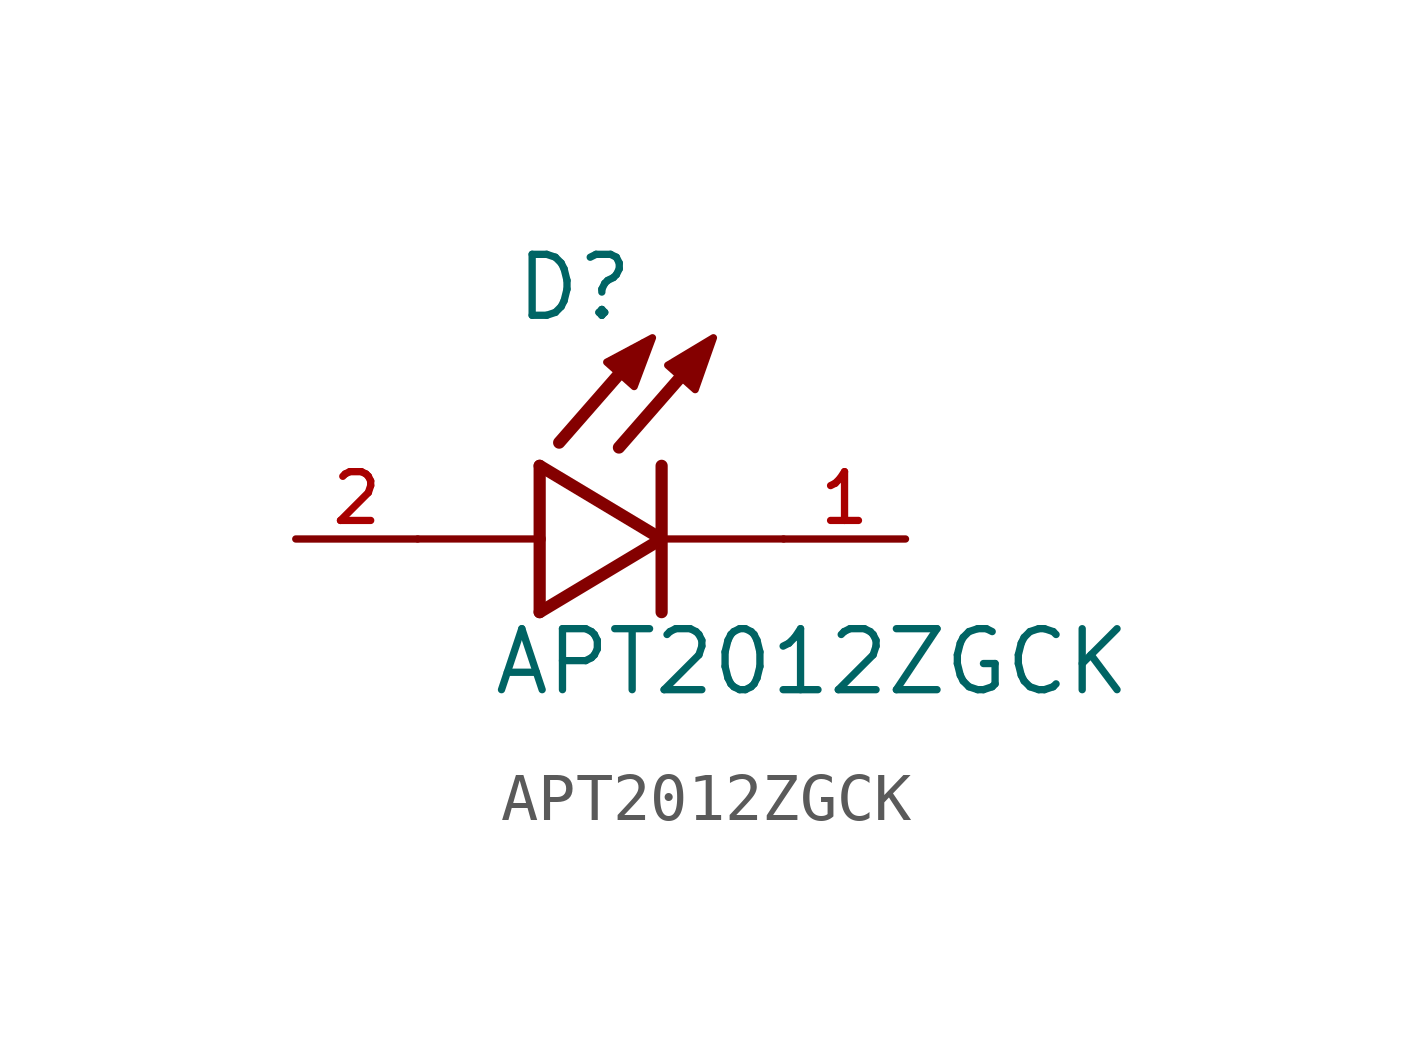
<source format=kicad_sym>
(kicad_symbol_lib
  (version 20211014)
  (generator kicad_symbol_editor)
  (symbol "APT2012ZGCK"
    (pin_names
      (offset 1.016))
    (property "Reference" "D"
      (at -3.099 4.496 0)
      (effects (font (size 1.27 1.27)) (justify bottom left)))
    (property "Value" "APT2012ZGCK"
      (at -3.556 -3.302 0)
      (effects (font (size 1.27 1.27)) (justify bottom left)))
    (symbol "APT2012ZGCK_0_0"
      (polyline (pts (xy -2.54 1.524) (xy -2.54 0.0)) (stroke (width 0.254)))
      (polyline (pts (xy -2.54 0.0) (xy -2.54 -1.524)) (stroke (width 0.254)))
      (polyline (pts (xy -2.54 -1.524) (xy 0.0 0.0)) (stroke (width 0.254)))
      (polyline (pts (xy 0.0 0.0) (xy -2.54 1.524)) (stroke (width 0.254)))
      (polyline (pts (xy 0.0 1.524) (xy 0.0 0.0)) (stroke (width 0.254)))
      (polyline (pts (xy 0.0 0.0) (xy 0.0 -1.524)) (stroke (width 0.254)))
      (polyline (pts (xy -2.54 0.0) (xy -5.08 0.0)) (stroke (width 0.152)))
      (polyline (pts (xy 0.889 3.937) (xy -0.889 1.905)) (stroke (width 0.254)))
      (polyline (pts (xy -0.356 4.039) (xy -2.134 2.007)) (stroke (width 0.254)))
      (polyline (pts (xy 2.54 0.0) (xy 0.0 0.0)) (stroke (width 0.152)))
      (polyline (pts (xy -1.143 3.683) (xy -0.572 3.175) (xy -0.191 4.191) (xy -1.143 3.683)) (stroke (width 0.152)) (fill (type outline)))
      (polyline (pts (xy 0.127 3.619) (xy 0.699 3.111) (xy 1.079 4.191) (xy 0.127 3.619)) (stroke (width 0.152)) (fill (type outline)))
      (pin passive line (at 5.08 0.0 180.0) (length 2.54) (name "~" (effects (font (size 1.016 1.016)))) (number "1" (effects (font (size 1.016 1.016)))))
      (pin passive line (at -7.62 0.0 0) (length 2.54) (name "~" (effects (font (size 1.016 1.016)))) (number "2" (effects (font (size 1.016 1.016))))))))
</source>
